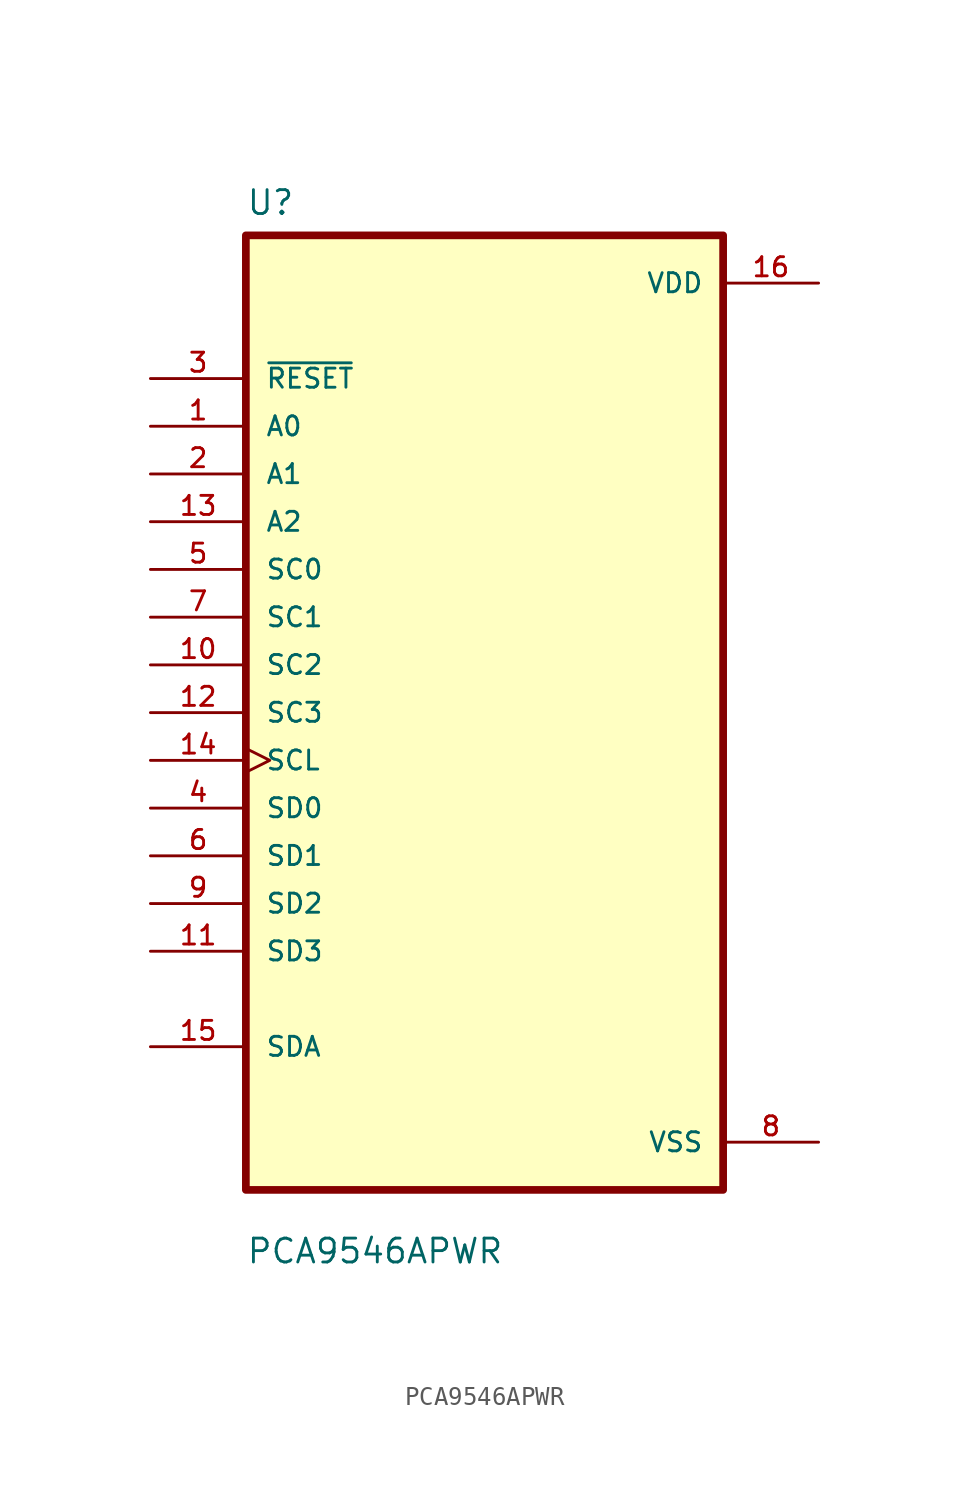
<source format=kicad_sym>
(kicad_symbol_lib
  (version 20211014)
  (generator kicad_symbol_editor)
  (symbol "PCA9546APWR"
    (pin_names
      (offset 1.016))
    (property "Reference" "U"
      (at -12.7 26.4 0.0)
      (effects (font (size 1.27 1.27)) (justify bottom left)))
    (property "Value" "PCA9546APWR"
      (at -12.7 -29.4 0.0)
      (effects (font (size 1.27 1.27)) (justify bottom left)))
    (symbol "PCA9546APWR_0_0"
      (rectangle (start -12.7 -25.4) (end 12.7 25.4) (stroke (width 0.41)) (fill (type background)))
      (pin input line (at -17.78 17.78 0) (length 5.08) (name "~{RESET}" (effects (font (size 1.016 1.016)))) (number "3" (effects (font (size 1.016 1.016)))))
      (pin input line (at -17.78 15.24 0) (length 5.08) (name "A0" (effects (font (size 1.016 1.016)))) (number "1" (effects (font (size 1.016 1.016)))))
      (pin input line (at -17.78 12.7 0) (length 5.08) (name "A1" (effects (font (size 1.016 1.016)))) (number "2" (effects (font (size 1.016 1.016)))))
      (pin input line (at -17.78 10.16 0) (length 5.08) (name "A2" (effects (font (size 1.016 1.016)))) (number "13" (effects (font (size 1.016 1.016)))))
      (pin input line (at -17.78 7.62 0) (length 5.08) (name "SC0" (effects (font (size 1.016 1.016)))) (number "5" (effects (font (size 1.016 1.016)))))
      (pin input line (at -17.78 5.08 0) (length 5.08) (name "SC1" (effects (font (size 1.016 1.016)))) (number "7" (effects (font (size 1.016 1.016)))))
      (pin input line (at -17.78 2.54 0) (length 5.08) (name "SC2" (effects (font (size 1.016 1.016)))) (number "10" (effects (font (size 1.016 1.016)))))
      (pin input line (at -17.78 3.55271e-15 0) (length 5.08) (name "SC3" (effects (font (size 1.016 1.016)))) (number "12" (effects (font (size 1.016 1.016)))))
      (pin input clock (at -17.78 -2.54 0) (length 5.08) (name "SCL" (effects (font (size 1.016 1.016)))) (number "14" (effects (font (size 1.016 1.016)))))
      (pin input line (at -17.78 -5.08 0) (length 5.08) (name "SD0" (effects (font (size 1.016 1.016)))) (number "4" (effects (font (size 1.016 1.016)))))
      (pin input line (at -17.78 -7.62 0) (length 5.08) (name "SD1" (effects (font (size 1.016 1.016)))) (number "6" (effects (font (size 1.016 1.016)))))
      (pin input line (at -17.78 -10.16 0) (length 5.08) (name "SD2" (effects (font (size 1.016 1.016)))) (number "9" (effects (font (size 1.016 1.016)))))
      (pin input line (at -17.78 -12.7 0) (length 5.08) (name "SD3" (effects (font (size 1.016 1.016)))) (number "11" (effects (font (size 1.016 1.016)))))
      (pin bidirectional line (at -17.78 -17.78 0) (length 5.08) (name "SDA" (effects (font (size 1.016 1.016)))) (number "15" (effects (font (size 1.016 1.016)))))
      (pin power_in line (at 17.78 22.86 180.0) (length 5.08) (name "VDD" (effects (font (size 1.016 1.016)))) (number "16" (effects (font (size 1.016 1.016)))))
      (pin power_in line (at 17.78 -22.86 180.0) (length 5.08) (name "VSS" (effects (font (size 1.016 1.016)))) (number "8" (effects (font (size 1.016 1.016))))))))
</source>
